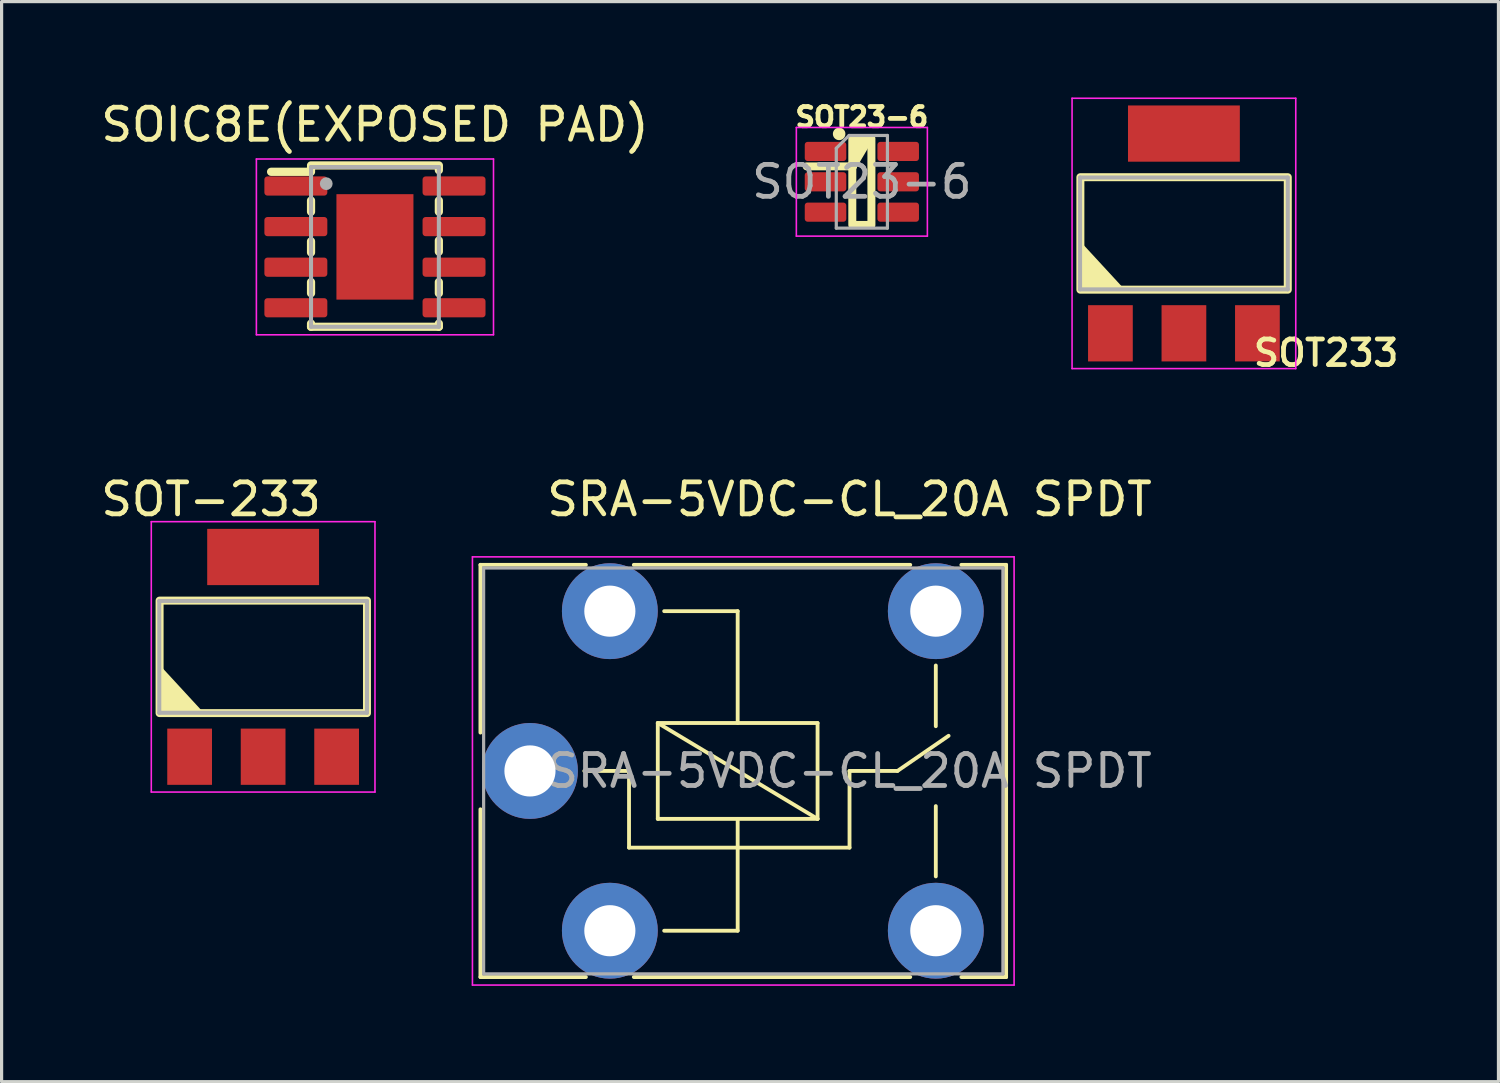
<source format=kicad_pcb>
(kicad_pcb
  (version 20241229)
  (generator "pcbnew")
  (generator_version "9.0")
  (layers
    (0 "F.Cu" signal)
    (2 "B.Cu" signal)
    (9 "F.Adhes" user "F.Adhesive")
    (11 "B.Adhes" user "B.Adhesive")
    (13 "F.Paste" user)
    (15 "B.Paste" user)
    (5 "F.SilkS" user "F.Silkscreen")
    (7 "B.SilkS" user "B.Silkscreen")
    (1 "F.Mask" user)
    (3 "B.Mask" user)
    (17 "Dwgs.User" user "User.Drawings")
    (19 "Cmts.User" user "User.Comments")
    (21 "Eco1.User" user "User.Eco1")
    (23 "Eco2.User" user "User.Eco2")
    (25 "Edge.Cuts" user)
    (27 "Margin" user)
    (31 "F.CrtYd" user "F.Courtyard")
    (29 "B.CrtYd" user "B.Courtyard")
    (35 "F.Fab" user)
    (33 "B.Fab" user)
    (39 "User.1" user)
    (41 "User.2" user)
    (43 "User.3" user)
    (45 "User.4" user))
  (footprint "SOT-233"
    (layer "F.Cu")
    (at 5.034 17.445)
    (property "Reference" "SOT-233" (at -1.48 -4.87 0) (layer "F.SilkS") (effects (font (size 1 1) (thickness 0.15))))
    (attr smd)
    (fp_rect (start -3.09 -1.7) (end 3.4 1.82) (stroke (width 0.25) (type solid)) (fill no) (layer "F.SilkS"))
    (fp_poly (pts (xy -1.8 1.8) (xy -3.07 1.79) (xy -3.09 0.4)) (stroke (width 0.12) (type solid)) (fill yes) (layer "F.SilkS"))
    (fp_line (start -3.35 -4.17) (end -3.35 4.29) (stroke (width 0.05) (type solid)) (layer "F.CrtYd"))
    (fp_line (start -3.35 4.29) (end 3.65 4.29) (stroke (width 0.05) (type solid)) (layer "F.CrtYd"))
    (fp_line (start 3.65 -4.17) (end -3.35 -4.17) (stroke (width 0.05) (type solid)) (layer "F.CrtYd"))
    (fp_line (start 3.65 4.29) (end 3.65 -4.17) (stroke (width 0.05) (type solid)) (layer "F.CrtYd"))
    (fp_line (start -3.1 -1.69) (end 3.4 -1.69) (stroke (width 0.127) (type solid)) (layer "F.Fab"))
    (fp_line (start -3.1 1.81) (end -3.1 -1.69) (stroke (width 0.127) (type solid)) (layer "F.Fab"))
    (fp_line (start 3.4 -1.69) (end 3.4 1.81) (stroke (width 0.127) (type solid)) (layer "F.Fab"))
    (fp_line (start 3.4 1.81) (end -3.1 1.81) (stroke (width 0.127) (type solid)) (layer "F.Fab"))
    (pad "1" smd rect (at -2.15 3.185 90) (size 1.76 1.4) (layers "F.Cu" "F.Mask" "F.Paste"))
    (pad "2" smd rect (at 0.15 -3.065 90) (size 1.76 3.5) (layers "F.Cu" "F.Mask" "F.Paste"))
    (pad "2" smd rect (at 0.15 3.185 90) (size 1.76 1.4) (layers "F.Cu" "F.Mask" "F.Paste"))
    (pad "3" smd rect (at 2.45 3.185 90) (size 1.76 1.4) (layers "F.Cu" "F.Mask" "F.Paste")))
  (footprint "SRA-5VDC-CL_20A SPDT"
    (layer "F.Cu")
    (at 23.534 21.075)
    (property "Reference" "SRA-5VDC-CL_20A SPDT" (at 0 -8.5 0) (unlocked yes) (layer "F.SilkS") (effects (font (size 1 1) (thickness 0.15))))
    (attr through_hole)
    (fp_line (start -11.55 -6.45) (end -11.55 -1.2) (stroke (width 0.12) (type solid)) (layer "F.SilkS"))
    (fp_line (start -11.55 -6.45) (end -8.25 -6.45) (stroke (width 0.12) (type solid)) (layer "F.SilkS"))
    (fp_line (start -11.55 1.2) (end -11.55 6.45) (stroke (width 0.12) (type solid)) (layer "F.SilkS"))
    (fp_line (start -11.55 6.45) (end -8.25 6.45) (stroke (width 0.12) (type solid)) (layer "F.SilkS"))
    (fp_line (start -6.9 0) (end -8.3 0) (stroke (width 0.12) (type solid)) (layer "F.SilkS"))
    (fp_line (start -6.9 0) (end -6.9 2.4) (stroke (width 0.12) (type solid)) (layer "F.SilkS"))
    (fp_line (start -6.75 -6.45) (end 1.9 -6.45) (stroke (width 0.12) (type solid)) (layer "F.SilkS"))
    (fp_line (start -6.75 6.45) (end 1.9 6.45) (stroke (width 0.12) (type solid)) (layer "F.SilkS"))
    (fp_line (start -6 -1.5) (end -1 -1.5) (stroke (width 0.12) (type solid)) (layer "F.SilkS"))
    (fp_line (start -6 1.5) (end -6 -1.5) (stroke (width 0.12) (type solid)) (layer "F.SilkS"))
    (fp_line (start -5.8 5) (end -3.5 5) (stroke (width 0.12) (type solid)) (layer "F.SilkS"))
    (fp_line (start -3.5 -5) (end -5.8 -5) (stroke (width 0.12) (type solid)) (layer "F.SilkS"))
    (fp_line (start -3.5 -5) (end -3.5 -1.5) (stroke (width 0.12) (type solid)) (layer "F.SilkS"))
    (fp_line (start -3.5 1.5) (end -3.5 5) (stroke (width 0.12) (type solid)) (layer "F.SilkS"))
    (fp_line (start -1 -1.5) (end -1 1.5) (stroke (width 0.12) (type solid)) (layer "F.SilkS"))
    (fp_line (start -1 1.5) (end -6 -1.5) (stroke (width 0.12) (type solid)) (layer "F.SilkS"))
    (fp_line (start -1 1.5) (end -6 1.5) (stroke (width 0.12) (type solid)) (layer "F.SilkS"))
    (fp_line (start 0 0) (end 0 2.4) (stroke (width 0.12) (type solid)) (layer "F.SilkS"))
    (fp_line (start 0 0) (end 1.5 0) (stroke (width 0.12) (type solid)) (layer "F.SilkS"))
    (fp_line (start 0 2.4) (end -6.9 2.4) (stroke (width 0.12) (type solid)) (layer "F.SilkS"))
    (fp_line (start 1.5 0) (end 3.1 -1.1) (stroke (width 0.12) (type solid)) (layer "F.SilkS"))
    (fp_line (start 2.7 -3.3) (end 2.7 -1.4) (stroke (width 0.12) (type solid)) (layer "F.SilkS"))
    (fp_line (start 2.7 3.3) (end 2.7 1.1) (stroke (width 0.12) (type solid)) (layer "F.SilkS"))
    (fp_line (start 4.9 -6.45) (end 3.5 -6.45) (stroke (width 0.12) (type solid)) (layer "F.SilkS"))
    (fp_line (start 4.9 -6.45) (end 4.9 6.45) (stroke (width 0.12) (type solid)) (layer "F.SilkS"))
    (fp_line (start 4.9 6.45) (end 3.5 6.45) (stroke (width 0.12) (type solid)) (layer "F.SilkS"))
    (fp_line (start -11.8 6.7) (end -11.8 -6.7) (stroke (width 0.05) (type solid)) (layer "F.CrtYd"))
    (fp_line (start -11.8 6.7) (end 5.15 6.7) (stroke (width 0.05) (type solid)) (layer "F.CrtYd"))
    (fp_line (start 5.15 -6.7) (end -11.8 -6.7) (stroke (width 0.05) (type solid)) (layer "F.CrtYd"))
    (fp_line (start 5.15 -6.7) (end 5.15 6.7) (stroke (width 0.05) (type solid)) (layer "F.CrtYd"))
    (fp_line (start -11.45 -6.35) (end 4.8 -6.35) (stroke (width 0.1) (type solid)) (layer "F.Fab"))
    (fp_line (start -11.45 6.35) (end -11.45 -6.35) (stroke (width 0.1) (type solid)) (layer "F.Fab"))
    (fp_line (start 4.8 -6.35) (end 4.8 6.35) (stroke (width 0.1) (type solid)) (layer "F.Fab"))
    (fp_line (start 4.8 6.35) (end -11.45 6.35) (stroke (width 0.1) (type solid)) (layer "F.Fab"))
    (fp_text user "${REFERENCE}" (at 0 0 0) (unlocked yes) (layer "F.Fab") (effects (font (size 1 1) (thickness 0.15))))
    (pad "11" thru_hole circle (at -10 0) (size 3 3) (drill 1.6) (layers "*.Cu" "*.Mask"))
    (pad "12" thru_hole circle (at 2.7 -5) (size 3 3) (drill 1.6) (layers "*.Cu" "*.Mask"))
    (pad "14" thru_hole circle (at 2.7 5) (size 3 3) (drill 1.6) (layers "*.Cu" "*.Mask"))
    (pad "A1" thru_hole circle (at -7.5 5) (size 3 3) (drill 1.6) (layers "*.Cu" "*.Mask"))
    (pad "A2" thru_hole circle (at -7.5 -5) (size 3 3) (drill 1.6) (layers "*.Cu" "*.Mask")))
  (footprint "SOT233"
    (layer "F.Cu")
    (at 33.848 4.195)
    (property "Reference" "SOT233" (at 4.6 3.8 0) (layer "F.SilkS") (effects (font (size 0.8 0.8) (thickness 0.15))))
    (attr smd)
    (fp_rect (start -3.09 -1.7) (end 3.4 1.82) (stroke (width 0.25) (type solid)) (fill no) (layer "F.SilkS"))
    (fp_poly (pts (xy -1.8 1.8) (xy -3.07 1.79) (xy -3.09 0.4)) (stroke (width 0.12) (type solid)) (fill yes) (layer "F.SilkS"))
    (fp_line (start -3.35 -4.17) (end -3.35 4.29) (stroke (width 0.05) (type solid)) (layer "F.CrtYd"))
    (fp_line (start -3.35 4.29) (end 3.65 4.29) (stroke (width 0.05) (type solid)) (layer "F.CrtYd"))
    (fp_line (start 3.65 -4.17) (end -3.35 -4.17) (stroke (width 0.05) (type solid)) (layer "F.CrtYd"))
    (fp_line (start 3.65 4.29) (end 3.65 -4.17) (stroke (width 0.05) (type solid)) (layer "F.CrtYd"))
    (fp_line (start -3.1 -1.69) (end 3.4 -1.69) (stroke (width 0.127) (type solid)) (layer "F.Fab"))
    (fp_line (start -3.1 1.81) (end -3.1 -1.69) (stroke (width 0.127) (type solid)) (layer "F.Fab"))
    (fp_line (start 3.4 -1.69) (end 3.4 1.81) (stroke (width 0.127) (type solid)) (layer "F.Fab"))
    (fp_line (start 3.4 1.81) (end -3.1 1.81) (stroke (width 0.127) (type solid)) (layer "F.Fab"))
    (pad "1" smd rect (at -2.15 3.185 90) (size 1.76 1.4) (layers "F.Cu" "F.Mask" "F.Paste"))
    (pad "2" smd rect (at 0.15 -3.065 90) (size 1.76 3.5) (layers "F.Cu" "F.Mask" "F.Paste"))
    (pad "2" smd rect (at 0.15 3.185 90) (size 1.76 1.4) (layers "F.Cu" "F.Mask" "F.Paste"))
    (pad "3" smd rect (at 2.45 3.185 90) (size 1.76 1.4) (layers "F.Cu" "F.Mask" "F.Paste")))
  (footprint "SOIC8E(EXPOSED PAD)"
    (layer "F.Cu")
    (at 8.683 4.676)
    (property "Reference" "SOIC8E(EXPOSED PAD)" (at 0.00002 -3.825 0) (layer "F.SilkS") (effects (font (size 1.004 1.004) (thickness 0.15))))
    (attr through_hole)
    (fp_line (start -2 -2.55) (end 2 -2.55) (stroke (width 0.257) (type solid)) (layer "F.SilkS"))
    (fp_line (start -2 -2.5) (end -2 -2.4) (stroke (width 0.257) (type solid)) (layer "F.SilkS"))
    (fp_line (start -2 -2.4) (end -2 -2.3) (stroke (width 0.12) (type solid)) (layer "F.SilkS"))
    (fp_line (start -2 -2.35) (end -3.25 -2.35) (stroke (width 0.257) (type solid)) (layer "F.SilkS"))
    (fp_line (start -2 -1.45) (end -2 -1.1) (stroke (width 0.257) (type solid)) (layer "F.SilkS"))
    (fp_line (start -2 -0.175) (end -2 0.175) (stroke (width 0.257) (type solid)) (layer "F.SilkS"))
    (fp_line (start -2 1.1) (end -2 1.45) (stroke (width 0.257) (type solid)) (layer "F.SilkS"))
    (fp_line (start -2 2.4) (end -2 2.5) (stroke (width 0.257) (type solid)) (layer "F.SilkS"))
    (fp_line (start -2 2.5) (end 2 2.5) (stroke (width 0.257) (type solid)) (layer "F.SilkS"))
    (fp_line (start 2 -2.5) (end 2 -2.4) (stroke (width 0.257) (type solid)) (layer "F.SilkS"))
    (fp_line (start 2 -1.45) (end 2 -1.1) (stroke (width 0.257) (type solid)) (layer "F.SilkS"))
    (fp_line (start 2 -0.2) (end 2 0.15) (stroke (width 0.257) (type solid)) (layer "F.SilkS"))
    (fp_line (start 2 1.1) (end 2 1.45) (stroke (width 0.257) (type solid)) (layer "F.SilkS"))
    (fp_line (start 2 2.4) (end 2 2.5) (stroke (width 0.257) (type solid)) (layer "F.SilkS"))
    (fp_poly (pts (xy -0.937 0.135) (xy -0.135 0.135) (xy -0.135 1.378) (xy -0.937 1.378)) (stroke (width 0.01) (type solid)) (fill yes) (layer "F.Paste"))
    (fp_poly (pts (xy -0.937 -1.375) (xy -0.135 -1.375) (xy -0.135 -0.135) (xy -0.937 -0.135)) (stroke (width 0.01) (type solid)) (fill yes) (layer "F.Paste"))
    (fp_poly (pts (xy 0.135 0.135) (xy 0.935 0.135) (xy 0.935 1.377) (xy 0.135 1.377)) (stroke (width 0.01) (type solid)) (fill yes) (layer "F.Paste"))
    (fp_poly (pts (xy 0.135 -1.375) (xy 0.935 -1.375) (xy 0.935 -0.135) (xy 0.135 -0.135)) (stroke (width 0.01) (type solid)) (fill yes) (layer "F.Paste"))
    (fp_line (start -3.71 -2.75) (end 3.71 -2.75) (stroke (width 0.05) (type solid)) (layer "F.CrtYd"))
    (fp_line (start -3.71 2.75) (end -3.71 -2.75) (stroke (width 0.05) (type solid)) (layer "F.CrtYd"))
    (fp_line (start 3.71 -2.75) (end 3.71 2.75) (stroke (width 0.05) (type solid)) (layer "F.CrtYd"))
    (fp_line (start 3.71 2.75) (end -3.71 2.75) (stroke (width 0.05) (type solid)) (layer "F.CrtYd"))
    (fp_line (start -2 -2.5) (end 2 -2.5) (stroke (width 0.127) (type solid)) (layer "F.Fab"))
    (fp_line (start -2 2.5) (end -2 -2.5) (stroke (width 0.127) (type solid)) (layer "F.Fab"))
    (fp_line (start 2 -2.5) (end 2 2.5) (stroke (width 0.127) (type solid)) (layer "F.Fab"))
    (fp_line (start 2 2.5) (end -2 2.5) (stroke (width 0.127) (type solid)) (layer "F.Fab"))
    (fp_circle (center -1.524 -1.978) (end -1.424 -1.978) (stroke (width 0.2) (type solid)) (fill no) (layer "F.Fab"))
    (pad "1" smd roundrect (at -2.475 -1.905) (size 1.97 0.6) (layers "F.Cu" "F.Mask" "F.Paste") (roundrect_rratio 0.16))
    (pad "2" smd roundrect (at -2.475 -0.635) (size 1.97 0.6) (layers "F.Cu" "F.Mask" "F.Paste") (roundrect_rratio 0.16))
    (pad "3" smd roundrect (at -2.475 0.635) (size 1.97 0.6) (layers "F.Cu" "F.Mask" "F.Paste") (roundrect_rratio 0.16))
    (pad "4" smd roundrect (at -2.475 1.905) (size 1.97 0.6) (layers "F.Cu" "F.Mask" "F.Paste") (roundrect_rratio 0.16))
    (pad "5" smd roundrect (at 2.475 1.905) (size 1.97 0.6) (layers "F.Cu" "F.Mask" "F.Paste") (roundrect_rratio 0.16))
    (pad "6" smd roundrect (at 2.475 0.635) (size 1.97 0.6) (layers "F.Cu" "F.Mask" "F.Paste") (roundrect_rratio 0.16))
    (pad "7" smd roundrect (at 2.475 -0.635) (size 1.97 0.6) (layers "F.Cu" "F.Mask" "F.Paste") (roundrect_rratio 0.16))
    (pad "8" smd roundrect (at 2.475 -1.905) (size 1.97 0.6) (layers "F.Cu" "F.Mask" "F.Paste") (roundrect_rratio 0.16))
    (pad "9" smd rect (at 0 0) (size 2.41 3.3) (layers "F.Cu" "F.Mask")))
  (footprint "SOT23-6"
    (layer "F.Cu")
    (at 23.92 2.639)
    (property "Reference" "SOT23-6" (at 0 -2.025 0) (unlocked yes) (layer "F.SilkS") (effects (font (size 0.6 0.6) (thickness 0.15) (bold yes))))
    (attr smd)
    (fp_line (start -0.279 -0.483) (end -1.727 -0.483) (stroke (width 0.25) (type solid)) (layer "F.SilkS"))
    (fp_line (start -0.279 -0.483) (end -0.279 -0.483) (stroke (width 0.25) (type solid)) (layer "F.SilkS"))
    (fp_rect (start -0.299 -1.35) (end 0.299 1.35) (stroke (width 0.25) (type default)) (fill no) (layer "F.SilkS"))
    (fp_circle (center -0.711 -1.499) (end -0.59 -1.499) (stroke (width 0.15) (type solid)) (fill yes) (layer "F.SilkS"))
    (fp_poly (pts (xy -0.299 -1.35) (xy 0.299 -1.35) (xy -0.305 -0.33)) (stroke (width 0.12) (type solid)) (fill yes) (layer "F.SilkS"))
    (fp_line (start -2.05 -1.7) (end -2.05 1.7) (stroke (width 0.05) (type solid)) (layer "F.CrtYd"))
    (fp_line (start -2.05 1.7) (end 2.05 1.7) (stroke (width 0.05) (type solid)) (layer "F.CrtYd"))
    (fp_line (start 2.05 -1.7) (end -2.05 -1.7) (stroke (width 0.05) (type solid)) (layer "F.CrtYd"))
    (fp_line (start 2.05 1.7) (end 2.05 -1.7) (stroke (width 0.05) (type solid)) (layer "F.CrtYd"))
    (fp_line (start -0.8 -1.05) (end -0.4 -1.45) (stroke (width 0.1) (type solid)) (layer "F.Fab"))
    (fp_line (start -0.8 1.45) (end -0.8 -1.05) (stroke (width 0.1) (type solid)) (layer "F.Fab"))
    (fp_line (start -0.4 -1.45) (end 0.8 -1.45) (stroke (width 0.1) (type solid)) (layer "F.Fab"))
    (fp_line (start 0.8 -1.45) (end 0.8 1.45) (stroke (width 0.1) (type solid)) (layer "F.Fab"))
    (fp_line (start 0.8 1.45) (end -0.8 1.45) (stroke (width 0.1) (type solid)) (layer "F.Fab"))
    (fp_text user "${REFERENCE}" (at 0 0 0) (unlocked yes) (layer "F.Fab") (effects (font (size 1 1) (thickness 0.15))))
    (pad "1" smd roundrect (at -1.137 -0.95) (size 1.3 0.6) (layers "F.Cu" "F.Mask" "F.Paste") (roundrect_rratio 0.15))
    (pad "2" smd roundrect (at -1.137 0) (size 1.3 0.6) (layers "F.Cu" "F.Mask" "F.Paste") (roundrect_rratio 0.15))
    (pad "3" smd roundrect (at -1.137 0.95) (size 1.3 0.6) (layers "F.Cu" "F.Mask" "F.Paste") (roundrect_rratio 0.15))
    (pad "4" smd roundrect (at 1.137 0.95) (size 1.3 0.6) (layers "F.Cu" "F.Mask" "F.Paste") (roundrect_rratio 0.15))
    (pad "5" smd roundrect (at 1.137 0) (size 1.3 0.6) (layers "F.Cu" "F.Mask" "F.Paste") (roundrect_rratio 0.15))
    (pad "6" smd roundrect (at 1.137 -0.95) (size 1.3 0.6) (layers "F.Cu" "F.Mask" "F.Paste") (roundrect_rratio 0.15)))
  (gr_rect
    (start -3 -3)
    (end 43.841 30.799)
    (stroke (width 0.1) (type default))
    (fill no)
    (layer "Edge.Cuts")))
</source>
